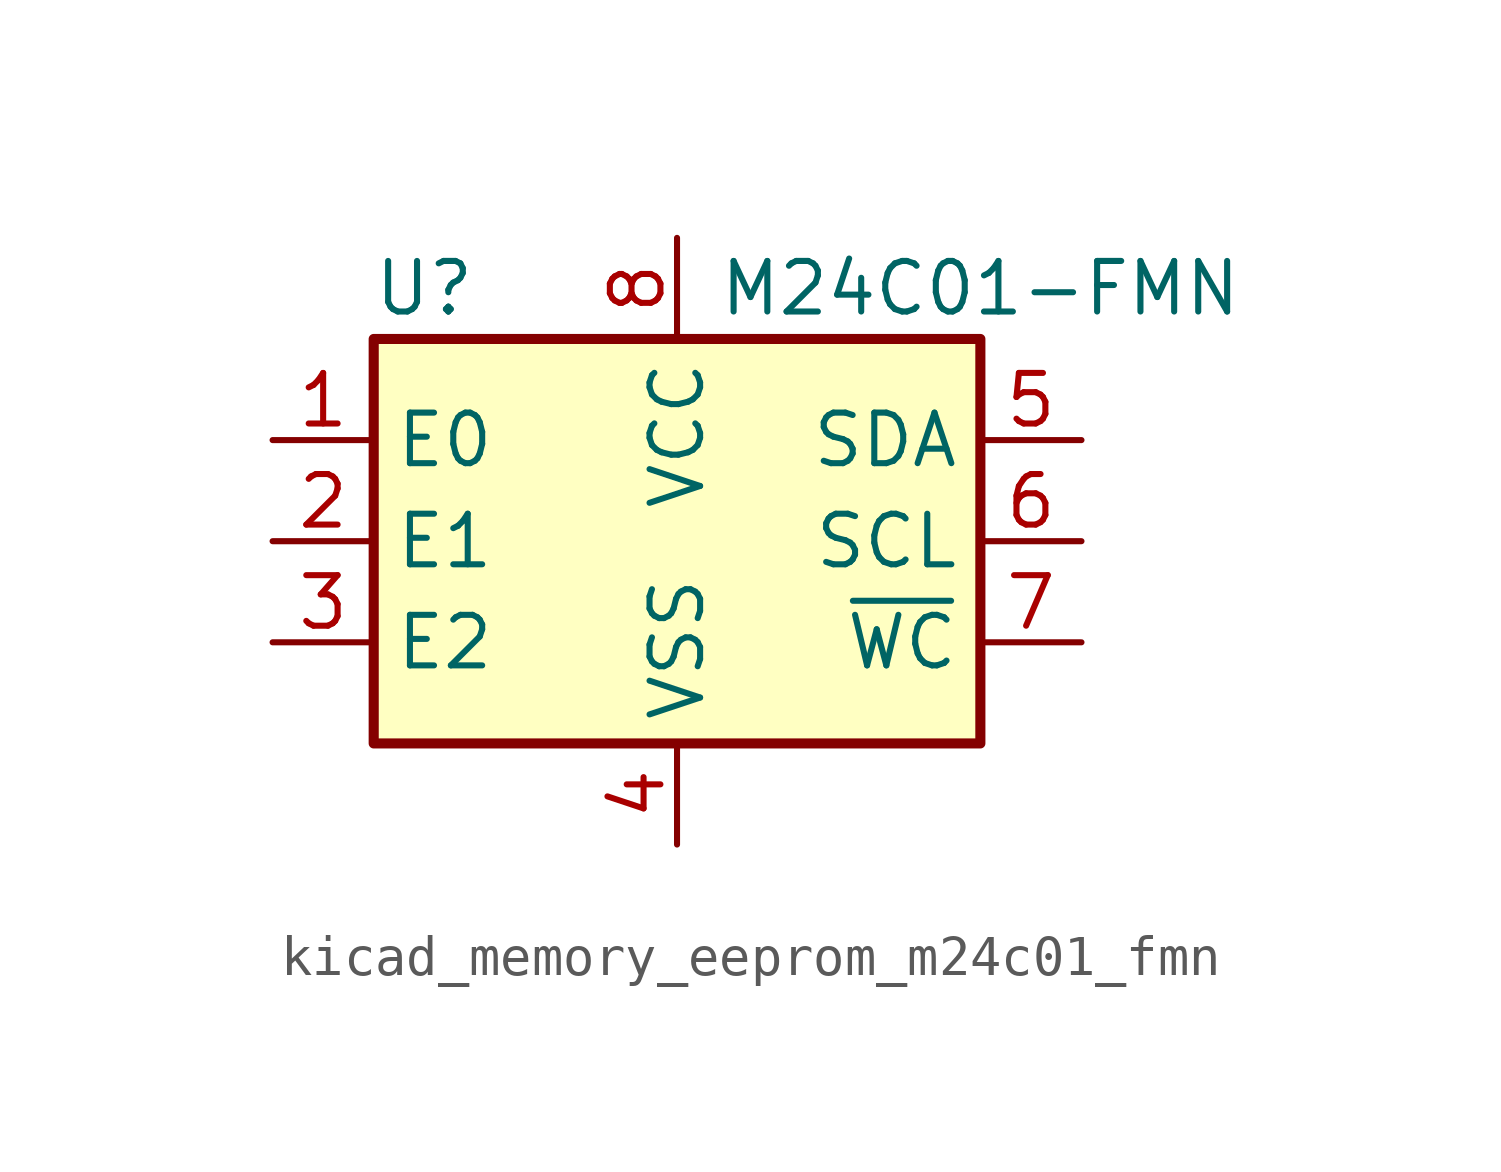
<source format=kicad_sym>
(kicad_symbol_lib
  (version 20220914)
  (generator kicad_symbol_editor)
  (symbol "kicad_memory_eeprom_m24c01_fmn"
    (property "Reference" "U"
      (at -6.35 6.35 0)
      (effects (font (size 1.27 1.27))))
    (property "Value" "M24C01-FMN"
      (at 7.62 6.35 0)
      (effects (font (size 1.27 1.27))))
    (symbol "kicad_memory_eeprom_m24c01_fmn_0_1"
      (rectangle (start -7.62 5.08) (end 7.62 -5.08) (stroke (width 0.254) (type default)) (fill (type background))))
    (symbol "kicad_memory_eeprom_m24c01_fmn_1_1"
      (pin input line (at -10.16 2.54 0) (length 2.54) (name "E0" (effects (font (size 1.27 1.27)))) (number "1" (effects (font (size 1.27 1.27)))))
      (pin input line (at -10.16 0 0) (length 2.54) (name "E1" (effects (font (size 1.27 1.27)))) (number "2" (effects (font (size 1.27 1.27)))))
      (pin input line (at -10.16 -2.54 0) (length 2.54) (name "E2" (effects (font (size 1.27 1.27)))) (number "3" (effects (font (size 1.27 1.27)))))
      (pin power_in line (at 0 -7.62 90) (length 2.54) (name "VSS" (effects (font (size 1.27 1.27)))) (number "4" (effects (font (size 1.27 1.27)))))
      (pin bidirectional line (at 10.16 2.54 180) (length 2.54) (name "SDA" (effects (font (size 1.27 1.27)))) (number "5" (effects (font (size 1.27 1.27)))))
      (pin input line (at 10.16 0 180) (length 2.54) (name "SCL" (effects (font (size 1.27 1.27)))) (number "6" (effects (font (size 1.27 1.27)))))
      (pin input line (at 10.16 -2.54 180) (length 2.54) (name "~{WC}" (effects (font (size 1.27 1.27)))) (number "7" (effects (font (size 1.27 1.27)))))
      (pin power_in line (at 0 7.62 270) (length 2.54) (name "VCC" (effects (font (size 1.27 1.27)))) (number "8" (effects (font (size 1.27 1.27))))))))
</source>
